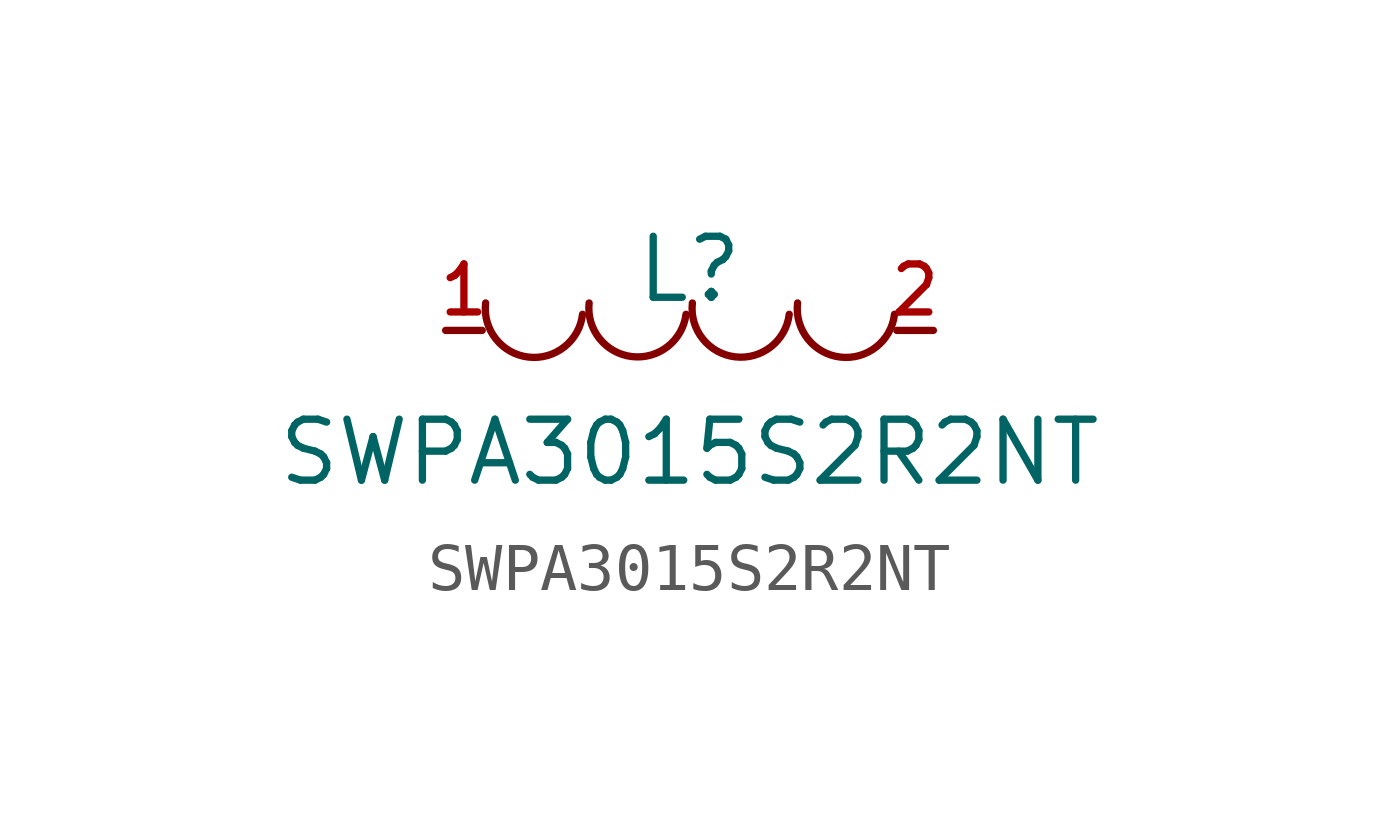
<source format=kicad_sym>
(kicad_symbol_lib
  (version 20220914)
  (generator kicad_symbol_editor)
  (symbol "SWPA3015S2R2NT"
    (pin_names hide)
    (property "Reference" "L"
      (at 0 1.27 0)
      (effects (font (size 1.27 1.27))))
    (property "Value" "SWPA3015S2R2NT"
      (at 0 -2.54 0)
      (effects (font (size 1.27 1.27))))
    (symbol "SWPA3015S2R2NT_0_1"
      (arc (start -4.2461 0.5711) (mid -3.3547 -0.5557) (end -2.2278 0.3356) (stroke (width 0) (type default)) (fill (type none)))
      (arc (start -2.0914 0.5704) (mid -1.2 -0.5563) (end -0.0731 0.335) (stroke (width 0) (type default)) (fill (type none)))
      (arc (start 0.0592 0.5704) (mid 0.9506 -0.5563) (end 2.0775 0.335) (stroke (width 0) (type default)) (fill (type none)))
      (arc (start 2.252 0.571) (mid 3.1434 -0.5558) (end 4.2703 0.3355) (stroke (width 0) (type default)) (fill (type none))))
    (symbol "SWPA3015S2R2NT_1_1"
      (pin passive line (at -5.08 0 0) (length 0.762) (name "1" (effects (font (size 1 1)))) (number "1" (effects (font (size 1 1)))))
      (pin passive line (at 5.08 0 180) (length 0.762) (name "2" (effects (font (size 1 1)))) (number "2" (effects (font (size 1 1))))))))
</source>
